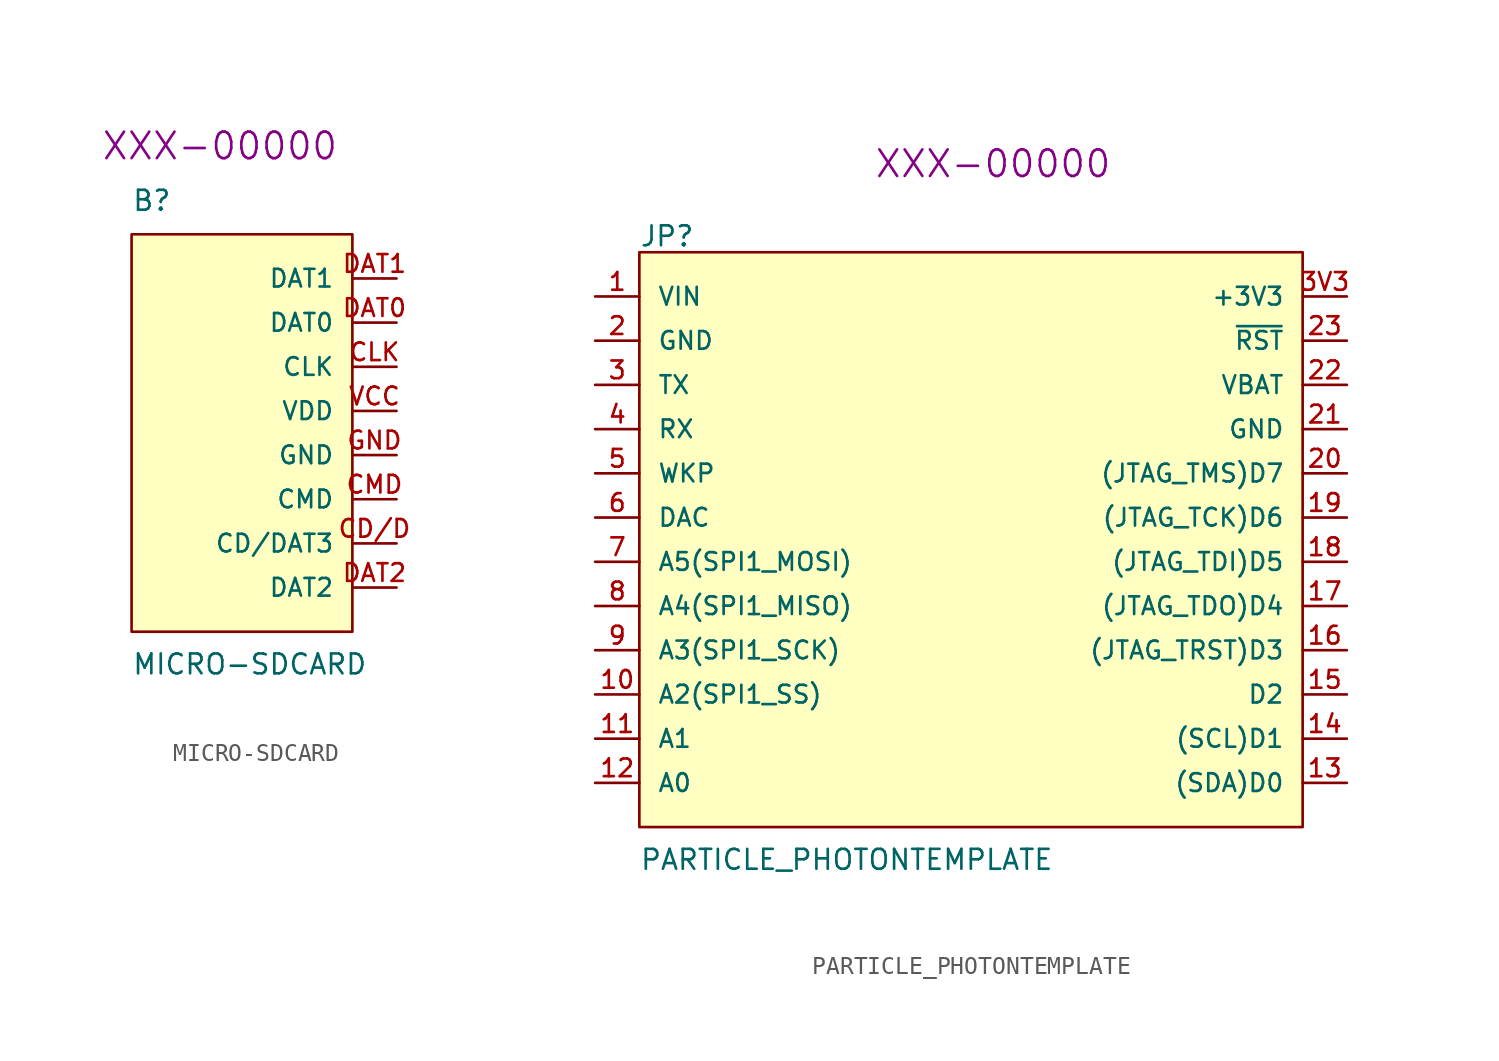
<source format=kicad_sym>
(kicad_symbol_lib
  (version 20220914)
  (generator kicad_symbol_editor)
  (symbol "MICRO-SDCARD"
    (pin_names
      (offset 1.016))
    (property "Reference" "B"
      (at -5.08 13.97 0)
      (effects (font (size 1.143 1.143)) (justify left bottom)))
    (property "Value" "MICRO-SDCARD"
      (at -5.08 -12.7 0)
      (effects (font (size 1.143 1.143)) (justify left bottom)))
    (property "Field4" "XXX-00000"
      (at 0 17.78 0)
      (effects (font (size 1.524 1.524))))
    (property "ki_locked" ""
      (at 0 0 0)
      (effects (font (size 1.27 1.27))))
    (symbol "MICRO-SDCARD_1_1"
      (polyline (pts (xy 7.62 12.7) (xy 7.62 -10.16) (xy -5.08 -10.16) (xy -5.08 12.7) (xy 7.62 12.7)) (stroke (width 0) (type solid)) (fill (type background)))
      (pin bidirectional line (at 10.16 -5.08 180) (length 2.54) (name "CD/DAT3" (effects (font (size 1.016 1.016)))) (number "CD/D" (effects (font (size 1.016 1.016)))))
      (pin bidirectional line (at 10.16 5.08 180) (length 2.54) (name "CLK" (effects (font (size 1.016 1.016)))) (number "CLK" (effects (font (size 1.016 1.016)))))
      (pin bidirectional line (at 10.16 -2.54 180) (length 2.54) (name "CMD" (effects (font (size 1.016 1.016)))) (number "CMD" (effects (font (size 1.016 1.016)))))
      (pin bidirectional line (at 10.16 7.62 180) (length 2.54) (name "DAT0" (effects (font (size 1.016 1.016)))) (number "DAT0" (effects (font (size 1.016 1.016)))))
      (pin bidirectional line (at 10.16 10.16 180) (length 2.54) (name "DAT1" (effects (font (size 1.016 1.016)))) (number "DAT1" (effects (font (size 1.016 1.016)))))
      (pin bidirectional line (at 10.16 -7.62 180) (length 2.54) (name "DAT2" (effects (font (size 1.016 1.016)))) (number "DAT2" (effects (font (size 1.016 1.016)))))
      (pin power_in line (at 10.16 0 180) (length 2.54) (name "GND" (effects (font (size 1.016 1.016)))) (number "GND" (effects (font (size 1.016 1.016)))))
      (pin power_in line (at 10.16 2.54 180) (length 2.54) (name "VDD" (effects (font (size 1.016 1.016)))) (number "VCC" (effects (font (size 1.016 1.016)))))))
  (symbol "PARTICLE_PHOTONTEMPLATE"
    (pin_names
      (offset 1.016))
    (property "Reference" "JP"
      (at -20.32 18.034 0)
      (effects (font (size 1.143 1.143)) (justify left bottom)))
    (property "Value" "PARTICLE_PHOTONTEMPLATE"
      (at -20.32 -17.78 0)
      (effects (font (size 1.143 1.143)) (justify left bottom)))
    (property "Field4" "XXX-00000"
      (at 0 22.86 0)
      (effects (font (size 1.524 1.524))))
    (property "ki_locked" ""
      (at 0 0 0)
      (effects (font (size 1.27 1.27))))
    (symbol "PARTICLE_PHOTONTEMPLATE_1_1"
      (polyline (pts (xy -20.32 17.78) (xy -20.32 -15.24) (xy 17.78 -15.24) (xy 17.78 17.78) (xy -20.32 17.78)) (stroke (width 0) (type solid)) (fill (type background)))
      (pin power_in line (at -22.86 15.24 0) (length 2.54) (name "VIN" (effects (font (size 1.016 1.016)))) (number "1" (effects (font (size 1.016 1.016)))))
      (pin bidirectional line (at -22.86 -7.62 0) (length 2.54) (name "A2(SPI1_SS)" (effects (font (size 1.016 1.016)))) (number "10" (effects (font (size 1.016 1.016)))))
      (pin bidirectional line (at -22.86 -10.16 0) (length 2.54) (name "A1" (effects (font (size 1.016 1.016)))) (number "11" (effects (font (size 1.016 1.016)))))
      (pin bidirectional line (at -22.86 -12.7 0) (length 2.54) (name "A0" (effects (font (size 1.016 1.016)))) (number "12" (effects (font (size 1.016 1.016)))))
      (pin bidirectional line (at 20.32 -12.7 180) (length 2.54) (name "(SDA)D0" (effects (font (size 1.016 1.016)))) (number "13" (effects (font (size 1.016 1.016)))))
      (pin bidirectional line (at 20.32 -10.16 180) (length 2.54) (name "(SCL)D1" (effects (font (size 1.016 1.016)))) (number "14" (effects (font (size 1.016 1.016)))))
      (pin bidirectional line (at 20.32 -7.62 180) (length 2.54) (name "D2" (effects (font (size 1.016 1.016)))) (number "15" (effects (font (size 1.016 1.016)))))
      (pin bidirectional line (at 20.32 -5.08 180) (length 2.54) (name "(JTAG_TRST)D3" (effects (font (size 1.016 1.016)))) (number "16" (effects (font (size 1.016 1.016)))))
      (pin bidirectional line (at 20.32 -2.54 180) (length 2.54) (name "(JTAG_TDO)D4" (effects (font (size 1.016 1.016)))) (number "17" (effects (font (size 1.016 1.016)))))
      (pin bidirectional line (at 20.32 0 180) (length 2.54) (name "(JTAG_TDI)D5" (effects (font (size 1.016 1.016)))) (number "18" (effects (font (size 1.016 1.016)))))
      (pin bidirectional line (at 20.32 2.54 180) (length 2.54) (name "(JTAG_TCK)D6" (effects (font (size 1.016 1.016)))) (number "19" (effects (font (size 1.016 1.016)))))
      (pin power_in line (at -22.86 12.7 0) (length 2.54) (name "GND" (effects (font (size 1.016 1.016)))) (number "2" (effects (font (size 1.016 1.016)))))
      (pin bidirectional line (at 20.32 5.08 180) (length 2.54) (name "(JTAG_TMS)D7" (effects (font (size 1.016 1.016)))) (number "20" (effects (font (size 1.016 1.016)))))
      (pin power_in line (at 20.32 7.62 180) (length 2.54) (name "GND" (effects (font (size 1.016 1.016)))) (number "21" (effects (font (size 1.016 1.016)))))
      (pin power_in line (at 20.32 10.16 180) (length 2.54) (name "VBAT" (effects (font (size 1.016 1.016)))) (number "22" (effects (font (size 1.016 1.016)))))
      (pin bidirectional line (at 20.32 12.7 180) (length 2.54) (name "~{RST}" (effects (font (size 1.016 1.016)))) (number "23" (effects (font (size 1.016 1.016)))))
      (pin power_in line (at 20.32 15.24 180) (length 2.54) hide (name "+3V3" (effects (font (size 1.016 1.016)))) (number "24" (effects (font (size 1.016 1.016)))))
      (pin bidirectional line (at -22.86 10.16 0) (length 2.54) (name "TX" (effects (font (size 1.016 1.016)))) (number "3" (effects (font (size 1.016 1.016)))))
      (pin power_in line (at 20.32 15.24 180) (length 2.54) (name "+3V3" (effects (font (size 1.016 1.016)))) (number "3V3" (effects (font (size 1.016 1.016)))))
      (pin bidirectional line (at -22.86 7.62 0) (length 2.54) (name "RX" (effects (font (size 1.016 1.016)))) (number "4" (effects (font (size 1.016 1.016)))))
      (pin bidirectional line (at -22.86 5.08 0) (length 2.54) (name "WKP" (effects (font (size 1.016 1.016)))) (number "5" (effects (font (size 1.016 1.016)))))
      (pin bidirectional line (at -22.86 2.54 0) (length 2.54) (name "DAC" (effects (font (size 1.016 1.016)))) (number "6" (effects (font (size 1.016 1.016)))))
      (pin bidirectional line (at -22.86 0 0) (length 2.54) (name "A5(SPI1_MOSI)" (effects (font (size 1.016 1.016)))) (number "7" (effects (font (size 1.016 1.016)))))
      (pin bidirectional line (at -22.86 -2.54 0) (length 2.54) (name "A4(SPI1_MISO)" (effects (font (size 1.016 1.016)))) (number "8" (effects (font (size 1.016 1.016)))))
      (pin bidirectional line (at -22.86 -5.08 0) (length 2.54) (name "A3(SPI1_SCK)" (effects (font (size 1.016 1.016)))) (number "9" (effects (font (size 1.016 1.016)))))
      (pin bidirectional line (at -22.86 -12.7 0) (length 2.54) hide (name "A0" (effects (font (size 1.016 1.016)))) (number "A0" (effects (font (size 1.016 1.016)))))
      (pin bidirectional line (at -22.86 -10.16 0) (length 2.54) hide (name "A1" (effects (font (size 1.016 1.016)))) (number "A1" (effects (font (size 1.016 1.016)))))
      (pin bidirectional line (at -22.86 -7.62 0) (length 2.54) hide (name "A2(SPI1_SS)" (effects (font (size 1.016 1.016)))) (number "A2" (effects (font (size 1.016 1.016)))))
      (pin bidirectional line (at -22.86 -5.08 0) (length 2.54) hide (name "A3(SPI1_SCK)" (effects (font (size 1.016 1.016)))) (number "A3" (effects (font (size 1.016 1.016)))))
      (pin bidirectional line (at -22.86 -2.54 0) (length 2.54) hide (name "A4(SPI1_MISO)" (effects (font (size 1.016 1.016)))) (number "A4" (effects (font (size 1.016 1.016)))))
      (pin bidirectional line (at -22.86 0 0) (length 2.54) hide (name "A5(SPI1_MOSI)" (effects (font (size 1.016 1.016)))) (number "A5" (effects (font (size 1.016 1.016)))))
      (pin bidirectional line (at 20.32 -12.7 180) (length 2.54) hide (name "(SDA)D0" (effects (font (size 1.016 1.016)))) (number "D0" (effects (font (size 1.016 1.016)))))
      (pin bidirectional line (at 20.32 -10.16 180) (length 2.54) hide (name "(SCL)D1" (effects (font (size 1.016 1.016)))) (number "D1" (effects (font (size 1.016 1.016)))))
      (pin bidirectional line (at 20.32 -7.62 180) (length 2.54) hide (name "D2" (effects (font (size 1.016 1.016)))) (number "D2" (effects (font (size 1.016 1.016)))))
      (pin bidirectional line (at 20.32 -5.08 180) (length 2.54) hide (name "(JTAG_TRST)D3" (effects (font (size 1.016 1.016)))) (number "D3" (effects (font (size 1.016 1.016)))))
      (pin bidirectional line (at 20.32 -2.54 180) (length 2.54) hide (name "(JTAG_TDO)D4" (effects (font (size 1.016 1.016)))) (number "D4" (effects (font (size 1.016 1.016)))))
      (pin bidirectional line (at 20.32 0 180) (length 2.54) hide (name "(JTAG_TDI)D5" (effects (font (size 1.016 1.016)))) (number "D5" (effects (font (size 1.016 1.016)))))
      (pin bidirectional line (at 20.32 2.54 180) (length 2.54) hide (name "(JTAG_TCK)D6" (effects (font (size 1.016 1.016)))) (number "D6" (effects (font (size 1.016 1.016)))))
      (pin bidirectional line (at 20.32 5.08 180) (length 2.54) hide (name "(JTAG_TMS)D7" (effects (font (size 1.016 1.016)))) (number "D7" (effects (font (size 1.016 1.016)))))
      (pin bidirectional line (at -22.86 2.54 0) (length 2.54) hide (name "DAC" (effects (font (size 1.016 1.016)))) (number "DAC" (effects (font (size 1.016 1.016)))))
      (pin power_in line (at -22.86 12.7 0) (length 2.54) hide (name "GND" (effects (font (size 1.016 1.016)))) (number "GND@" (effects (font (size 1.016 1.016)))))
      (pin power_in line (at 20.32 7.62 180) (length 2.54) hide (name "GND" (effects (font (size 1.016 1.016)))) (number "GND@" (effects (font (size 1.016 1.016)))))
      (pin bidirectional line (at 20.32 12.7 180) (length 2.54) hide (name "~{RST}" (effects (font (size 1.016 1.016)))) (number "RST" (effects (font (size 1.016 1.016)))))
      (pin bidirectional line (at -22.86 7.62 0) (length 2.54) hide (name "RX" (effects (font (size 1.016 1.016)))) (number "RX" (effects (font (size 1.016 1.016)))))
      (pin bidirectional line (at -22.86 10.16 0) (length 2.54) hide (name "TX" (effects (font (size 1.016 1.016)))) (number "TX" (effects (font (size 1.016 1.016)))))
      (pin power_in line (at 20.32 10.16 180) (length 2.54) hide (name "VBAT" (effects (font (size 1.016 1.016)))) (number "VBAT" (effects (font (size 1.016 1.016)))))
      (pin power_in line (at -22.86 15.24 0) (length 2.54) hide (name "VIN" (effects (font (size 1.016 1.016)))) (number "VIN" (effects (font (size 1.016 1.016)))))
      (pin bidirectional line (at -22.86 5.08 0) (length 2.54) hide (name "WKP" (effects (font (size 1.016 1.016)))) (number "WKP" (effects (font (size 1.016 1.016))))))))
</source>
